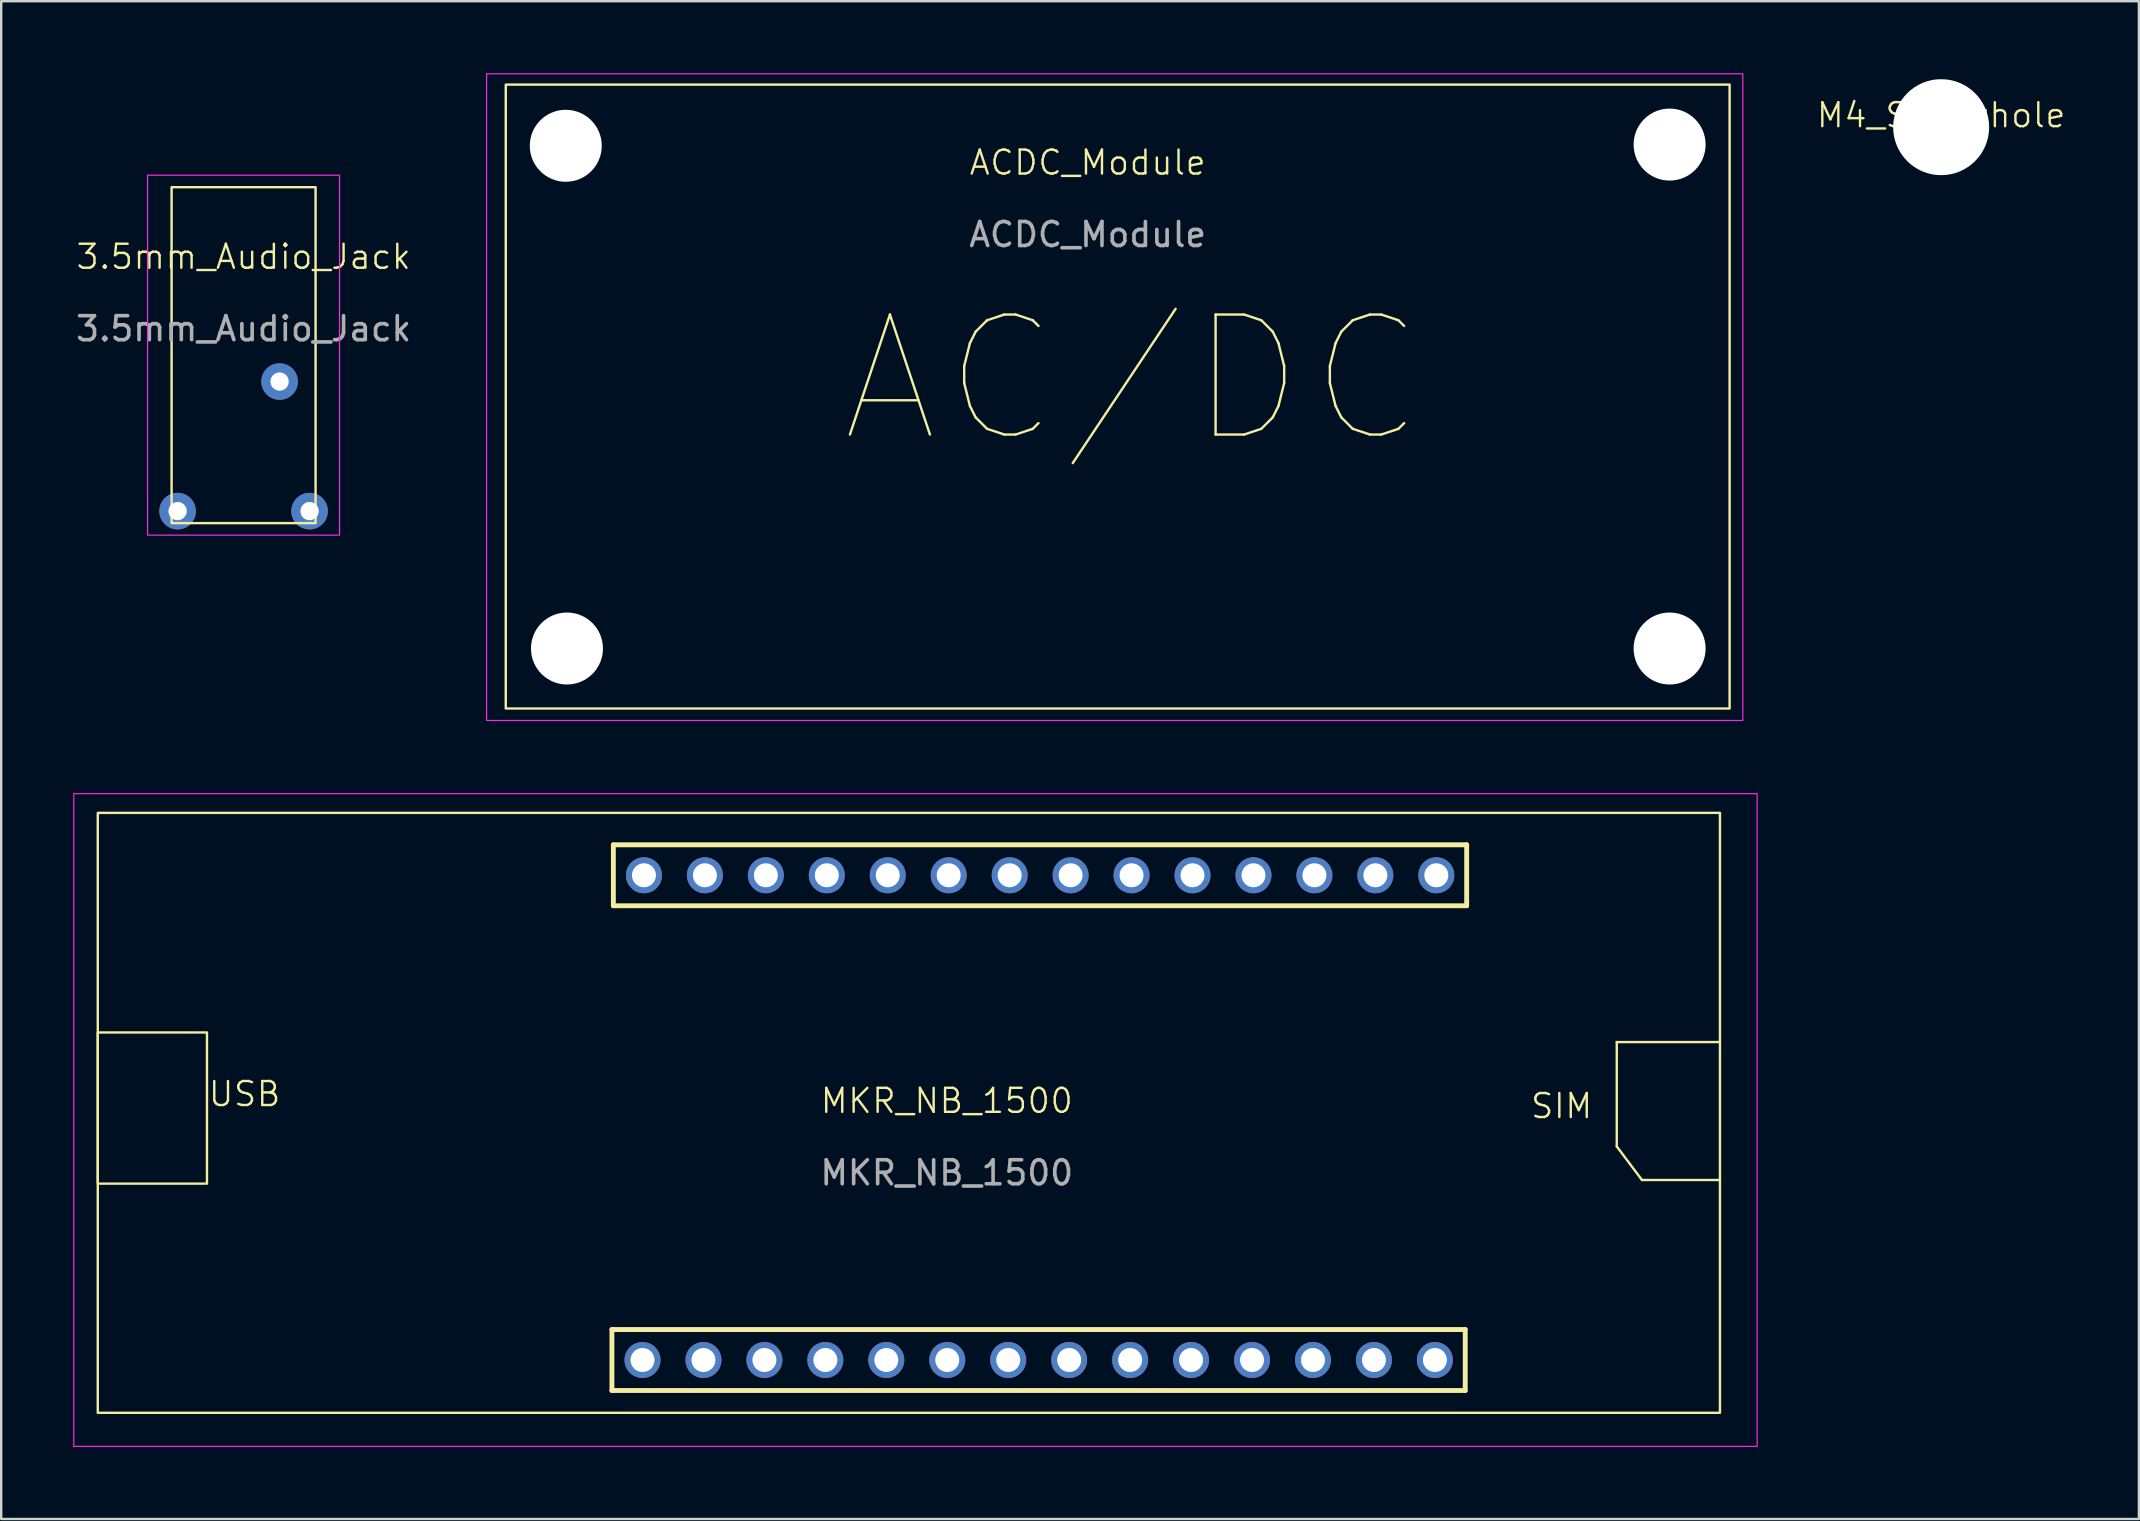
<source format=kicad_pcb>
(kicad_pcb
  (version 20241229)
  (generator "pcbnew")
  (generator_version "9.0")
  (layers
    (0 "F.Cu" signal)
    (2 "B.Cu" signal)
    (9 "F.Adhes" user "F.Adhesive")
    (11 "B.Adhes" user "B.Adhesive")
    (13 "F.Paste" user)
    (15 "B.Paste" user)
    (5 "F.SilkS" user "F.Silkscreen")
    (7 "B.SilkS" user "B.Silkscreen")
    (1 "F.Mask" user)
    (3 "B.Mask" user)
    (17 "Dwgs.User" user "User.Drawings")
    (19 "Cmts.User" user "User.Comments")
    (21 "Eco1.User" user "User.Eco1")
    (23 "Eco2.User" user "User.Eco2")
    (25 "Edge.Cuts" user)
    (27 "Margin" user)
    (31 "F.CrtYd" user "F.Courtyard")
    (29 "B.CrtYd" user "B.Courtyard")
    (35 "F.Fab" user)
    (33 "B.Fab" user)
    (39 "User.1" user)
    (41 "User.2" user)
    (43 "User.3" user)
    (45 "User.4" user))
  (footprint "MKR_NB_1500"
    (layer "F.Cu")
    (at 36.355 43.475)
    (property "Reference" "MKR_NB_1500" (at 0.05 -0.65 0) (unlocked yes) (layer "F.SilkS") (effects (font (size 1 1) (thickness 0.1))))
    (attr through_hole)
    (fp_line (start -13.905 8.88) (end -13.905 11.42) (stroke (width 0.203) (type solid)) (layer "F.SilkS"))
    (fp_line (start -13.905 11.42) (end 21.655 11.42) (stroke (width 0.203) (type solid)) (layer "F.SilkS"))
    (fp_line (start -13.845 -11.32) (end -13.845 -8.78) (stroke (width 0.203) (type solid)) (layer "F.SilkS"))
    (fp_line (start -13.845 -8.78) (end 21.715 -8.78) (stroke (width 0.203) (type solid)) (layer "F.SilkS"))
    (fp_line (start 21.655 8.88) (end -13.905 8.88) (stroke (width 0.203) (type solid)) (layer "F.SilkS"))
    (fp_line (start 21.655 11.42) (end 21.655 8.88) (stroke (width 0.203) (type solid)) (layer "F.SilkS"))
    (fp_line (start 21.715 -11.32) (end -13.845 -11.32) (stroke (width 0.203) (type solid)) (layer "F.SilkS"))
    (fp_line (start 21.715 -8.78) (end 21.715 -11.32) (stroke (width 0.203) (type solid)) (layer "F.SilkS"))
    (fp_line (start 27.97 -3.1) (end 27.97 1.25) (stroke (width 0.1) (type default)) (layer "F.SilkS"))
    (fp_line (start 27.97 1.25) (end 29.02 2.65) (stroke (width 0.1) (type default)) (layer "F.SilkS"))
    (fp_line (start 29.02 2.65) (end 32.27 2.65) (stroke (width 0.1) (type default)) (layer "F.SilkS"))
    (fp_line (start 32.27 -3.1) (end 27.97 -3.1) (stroke (width 0.1) (type default)) (layer "F.SilkS"))
    (fp_rect (start -35.33 -12.65) (end 32.27 12.35) (stroke (width 0.1) (type default)) (fill no) (layer "F.SilkS"))
    (fp_rect (start -35.33 -3.5) (end -30.78 2.8) (stroke (width 0.1) (type default)) (fill no) (layer "F.SilkS"))
    (fp_rect (start -36.33 -13.45) (end 33.82 13.75) (stroke (width 0.05) (type default)) (fill no) (layer "F.CrtYd"))
    (fp_text user "USB" (at -30.78 -0.35 0) (unlocked yes) (layer "F.SilkS") (effects (font (size 1 1) (thickness 0.1)) (justify left bottom)))
    (fp_text user "SIM" (at 24.32 0.15 0) (unlocked yes) (layer "F.SilkS") (effects (font (size 1 1) (thickness 0.1)) (justify left bottom)))
    (fp_text user "${REFERENCE}" (at 0.05 2.35 0) (unlocked yes) (layer "F.Fab") (effects (font (size 1 1) (thickness 0.15))))
    (pad "3V3" thru_hole circle (at -7.49 -10.05 180) (size 1.5 1.5) (drill 1) (layers "*.Cu" "*.Mask"))
    (pad "5V" thru_hole circle (at -12.57 -10.05 180) (size 1.5 1.5) (drill 1) (layers "*.Cu" "*.Mask"))
    (pad "A0" thru_hole circle (at -10.09 10.15) (size 1.5 1.5) (drill 1) (layers "*.Cu" "*.Mask"))
    (pad "A1" thru_hole circle (at -7.55 10.15) (size 1.5 1.5) (drill 1) (layers "*.Cu" "*.Mask"))
    (pad "A2" thru_hole circle (at -5.01 10.15) (size 1.5 1.5) (drill 1) (layers "*.Cu" "*.Mask"))
    (pad "A3" thru_hole circle (at -2.47 10.15) (size 1.5 1.5) (drill 1) (layers "*.Cu" "*.Mask"))
    (pad "A4" thru_hole circle (at 0.07 10.15) (size 1.5 1.5) (drill 1) (layers "*.Cu" "*.Mask"))
    (pad "A5" thru_hole circle (at 2.61 10.15) (size 1.5 1.5) (drill 1) (layers "*.Cu" "*.Mask"))
    (pad "A6" thru_hole circle (at 5.15 10.15) (size 1.5 1.5) (drill 1) (layers "*.Cu" "*.Mask"))
    (pad "AREF" thru_hole circle (at -12.63 10.15) (size 1.5 1.5) (drill 1) (layers "*.Cu" "*.Mask"))
    (pad "D0" thru_hole circle (at 7.69 10.15) (size 1.5 1.5) (drill 1) (layers "*.Cu" "*.Mask"))
    (pad "D1" thru_hole circle (at 10.23 10.15) (size 1.5 1.5) (drill 1) (layers "*.Cu" "*.Mask"))
    (pad "D2" thru_hole circle (at 12.77 10.15) (size 1.5 1.5) (drill 1) (layers "*.Cu" "*.Mask"))
    (pad "D3" thru_hole circle (at 15.31 10.15) (size 1.5 1.5) (drill 1) (layers "*.Cu" "*.Mask"))
    (pad "D4" thru_hole circle (at 17.85 10.15) (size 1.5 1.5) (drill 1) (layers "*.Cu" "*.Mask"))
    (pad "D5" thru_hole circle (at 20.39 10.15) (size 1.5 1.5) (drill 1) (layers "*.Cu" "*.Mask"))
    (pad "D6" thru_hole circle (at 20.45 -10.05 180) (size 1.5 1.5) (drill 1) (layers "*.Cu" "*.Mask"))
    (pad "D7" thru_hole circle (at 17.91 -10.05 180) (size 1.5 1.5) (drill 1) (layers "*.Cu" "*.Mask"))
    (pad "D8" thru_hole circle (at 15.37 -10.05 180) (size 1.5 1.5) (drill 1) (layers "*.Cu" "*.Mask"))
    (pad "D9" thru_hole circle (at 12.83 -10.05 180) (size 1.5 1.5) (drill 1) (layers "*.Cu" "*.Mask"))
    (pad "D10" thru_hole circle (at 10.29 -10.05 180) (size 1.5 1.5) (drill 1) (layers "*.Cu" "*.Mask"))
    (pad "D11" thru_hole circle (at 7.75 -10.05 180) (size 1.5 1.5) (drill 1) (layers "*.Cu" "*.Mask"))
    (pad "D12" thru_hole circle (at 5.21 -10.05 180) (size 1.5 1.5) (drill 1) (layers "*.Cu" "*.Mask"))
    (pad "D13" thru_hole circle (at 2.67 -10.05 180) (size 1.5 1.5) (drill 1) (layers "*.Cu" "*.Mask"))
    (pad "D14" thru_hole circle (at 0.13 -10.05 180) (size 1.5 1.5) (drill 1) (layers "*.Cu" "*.Mask"))
    (pad "GND" thru_hole circle (at -4.95 -10.05 180) (size 1.5 1.5) (drill 1) (layers "*.Cu" "*.Mask"))
    (pad "RST" thru_hole circle (at -2.41 -10.05 180) (size 1.5 1.5) (drill 1) (layers "*.Cu" "*.Mask"))
    (pad "VIN" thru_hole circle (at -10.03 -10.05 180) (size 1.5 1.5) (drill 1) (layers "*.Cu" "*.Mask")))
  (footprint "M4_Screwhole"
    (layer "F.Cu")
    (at 77.843 2.25)
    (property "Reference" "M4_Screwhole" (at 0 -0.5 0) (unlocked yes) (layer "F.SilkS") (effects (font (size 1 1) (thickness 0.1))))
    (attr smd)
    (pad "" np_thru_hole circle (at 0 0) (size 4 4) (drill 4.5) (layers "*.Cu" "*.Mask")))
  (footprint "3.5mm_Audio_Jack"
    (layer "F.Cu")
    (at 7.101 0.25)
    (property "Reference" "3.5mm_Audio_Jack" (at 0 7.4 0) (unlocked yes) (layer "F.SilkS") (effects (font (size 1 1) (thickness 0.1))))
    (attr through_hole)
    (fp_rect (start -3 4.5) (end 3 18.5) (stroke (width 0.1) (type default)) (fill no) (layer "F.SilkS"))
    (fp_rect (start -4 4) (end 4 19) (stroke (width 0.05) (type default)) (fill no) (layer "F.CrtYd"))
    (fp_text user "${REFERENCE}" (at 0 10.4 0) (unlocked yes) (layer "F.Fab") (effects (font (size 1 1) (thickness 0.15))))
    (pad "G" thru_hole circle (at 1.5 12.6) (size 1.524 1.524) (drill 0.762) (layers "*.Cu" "*.Mask"))
    (pad "S" thru_hole circle (at 2.75 18) (size 1.524 1.524) (drill 0.762) (layers "*.Cu" "*.Mask"))
    (pad "T" thru_hole circle (at -2.75 18) (size 1.524 1.524) (drill 0.762) (layers "*.Cu" "*.Mask")))
  (footprint "ACDC_Module"
    (layer "F.Cu")
    (at 42.277 4.225)
    (property "Reference" "ACDC_Module" (at 0 -0.5 0) (unlocked yes) (layer "F.SilkS") (effects (font (size 1 1) (thickness 0.1))))
    (attr through_hole)
    (fp_rect (start -24.25 -3.75) (end 26.75 22.25) (stroke (width 0.1) (type default)) (fill no) (layer "F.SilkS"))
    (fp_rect (start -25.05 -4.2) (end 27.3 22.75) (stroke (width 0.05) (type default)) (fill no) (layer "F.CrtYd"))
    (fp_text user "AC/DC" (at -10.45 11.45 0) (unlocked yes) (layer "F.SilkS") (effects (font (size 5 5) (thickness 0.1)) (justify left bottom)))
    (fp_text user "${REFERENCE}" (at 0 2.5 0) (unlocked yes) (layer "F.Fab") (effects (font (size 1 1) (thickness 0.15))))
    (pad "" np_thru_hole circle (at -21.75 -1.2) (size 3 3) (drill 3.5) (layers "*.Cu" "*.Mask"))
    (pad "" np_thru_hole circle (at -21.7 19.75) (size 3 3) (drill 3.5) (layers "*.Cu" "*.Mask"))
    (pad "" np_thru_hole circle (at 24.25 -1.25) (size 3 3) (drill 3.5) (layers "*.Cu" "*.Mask"))
    (pad "" np_thru_hole circle (at 24.25 19.75) (size 3 3) (drill 3.5) (layers "*.Cu" "*.Mask")))
  (gr_rect
    (start -3 -3)
    (end 86.083 60.25)
    (stroke (width 0.1) (type default))
    (fill no)
    (layer "Edge.Cuts")))
</source>
